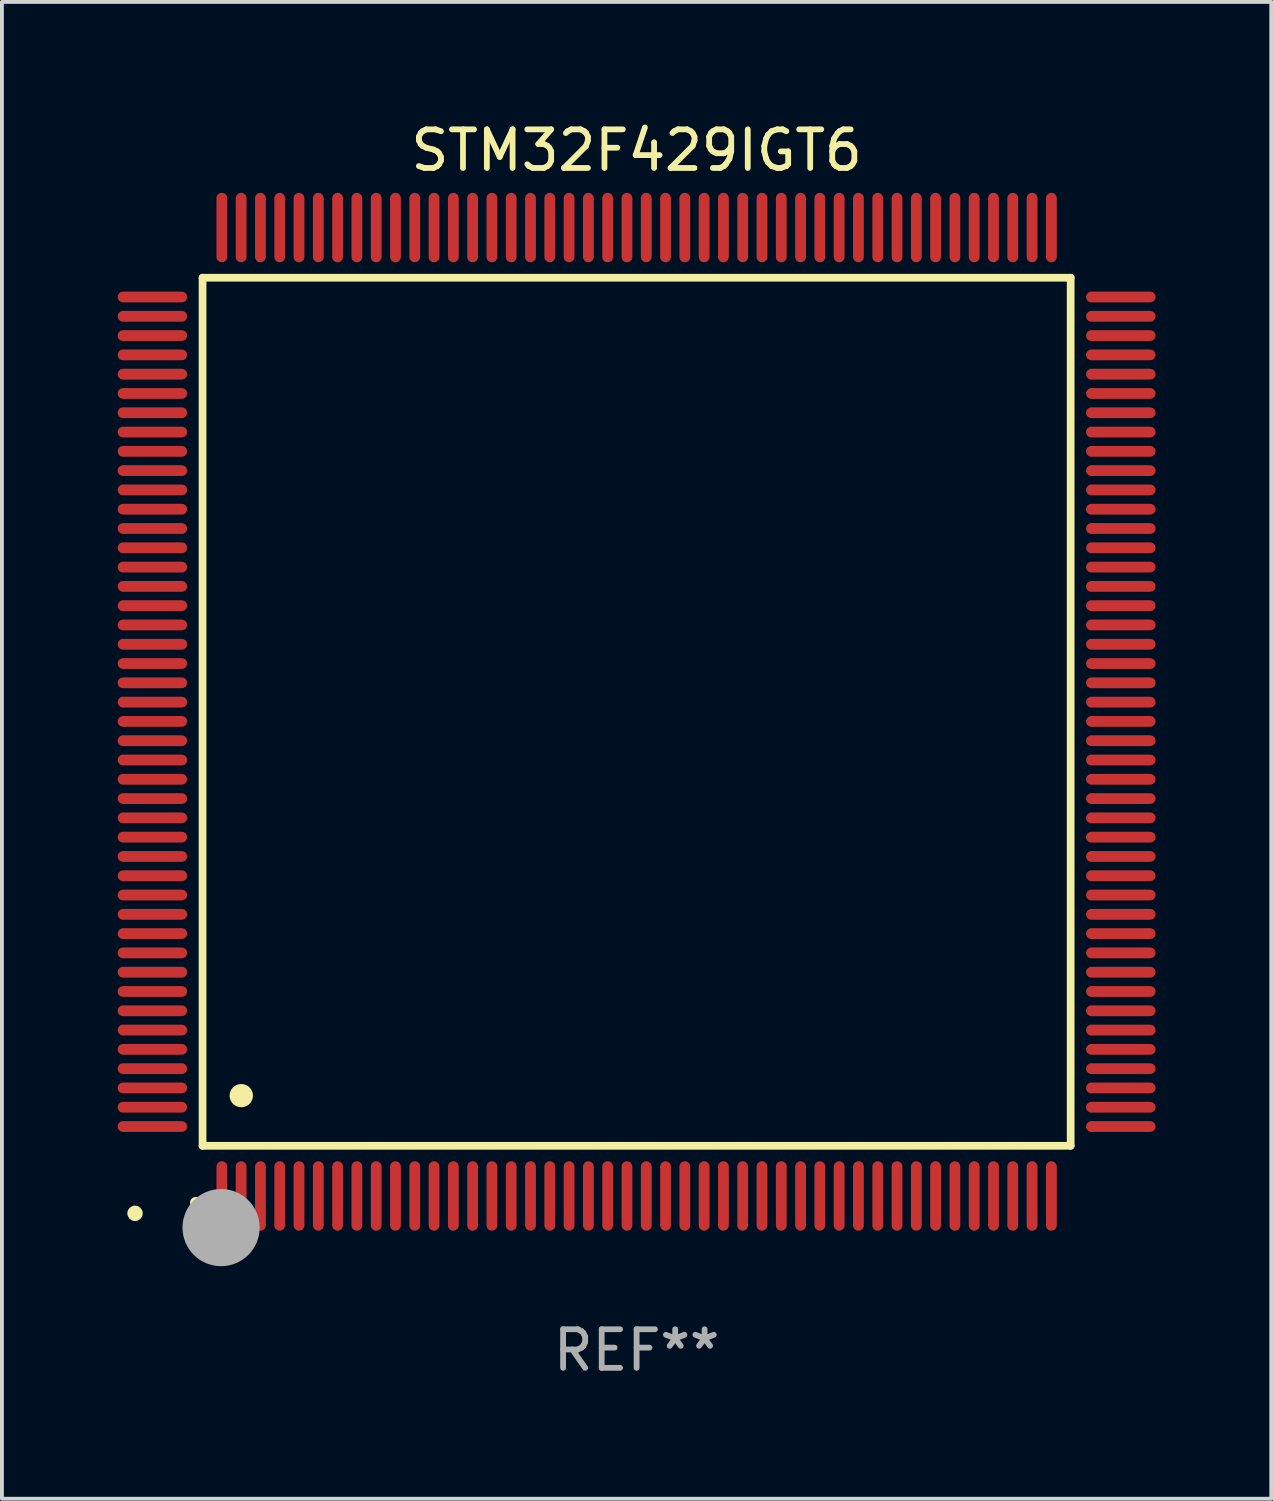
<source format=kicad_pcb>
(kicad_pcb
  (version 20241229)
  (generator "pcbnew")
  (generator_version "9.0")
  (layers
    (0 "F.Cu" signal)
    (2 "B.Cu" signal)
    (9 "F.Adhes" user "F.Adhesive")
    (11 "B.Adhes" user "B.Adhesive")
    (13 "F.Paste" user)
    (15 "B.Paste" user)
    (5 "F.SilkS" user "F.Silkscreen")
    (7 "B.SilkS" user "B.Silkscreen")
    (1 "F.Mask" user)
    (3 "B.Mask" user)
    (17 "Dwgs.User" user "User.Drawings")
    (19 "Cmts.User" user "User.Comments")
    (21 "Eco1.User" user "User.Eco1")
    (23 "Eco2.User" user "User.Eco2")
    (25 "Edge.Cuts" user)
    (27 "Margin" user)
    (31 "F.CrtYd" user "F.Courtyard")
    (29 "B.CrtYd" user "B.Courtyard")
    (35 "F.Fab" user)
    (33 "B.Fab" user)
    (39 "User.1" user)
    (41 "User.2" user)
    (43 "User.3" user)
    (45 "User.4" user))
  (footprint "STM32F429IGT6"
    (layer "F.Cu")
    (at 13.45 15.398)
    (property "Reference" "STM32F429IGT6" (at 0 -14.55 0) (layer "F.SilkS") (effects (font (size 1 1) (thickness 0.15))))
    (attr through_hole)
    (fp_line (start -11.25 -11.25) (end 11.25 -11.25) (stroke (width 0.2) (type solid)) (layer "F.SilkS"))
    (fp_line (start -11.25 11.25) (end -11.25 -11.25) (stroke (width 0.2) (type solid)) (layer "F.SilkS"))
    (fp_line (start 11.25 -11.25) (end 11.25 11.25) (stroke (width 0.2) (type solid)) (layer "F.SilkS"))
    (fp_line (start 11.25 11.25) (end -11.25 11.25) (stroke (width 0.2) (type solid)) (layer "F.SilkS"))
    (fp_arc (start -11.424943 12.725425) (mid -11.423673 12.72542) (end -11.422403 12.725425) (stroke (width 0.3) (type solid)) (layer "F.SilkS"))
    (fp_arc (start -10.24892 9.9492) (mid -10.24638 9.949189) (end -10.24384 9.9492) (stroke (width 0.6) (type solid)) (layer "F.SilkS"))
    (fp_circle (center -13 13) (end -12.9 13) (stroke (width 0.2) (type solid)) (fill no) (layer "F.SilkS"))
    (fp_circle (center -10.77 13.37) (end -10.27 13.37) (stroke (width 1) (type solid)) (fill no) (layer "F.Fab"))
    (fp_text user "REF**" (at 0 16.55 0) (layer "F.Fab") (effects (font (size 1 1) (thickness 0.15))))
    (pad "1" smd oval (at -10.75 12.55) (size 0.28 1.8) (layers "F.Cu" "F.Mask" "F.Paste"))
    (pad "2" smd oval (at -10.25 12.55) (size 0.28 1.8) (layers "F.Cu" "F.Mask" "F.Paste"))
    (pad "3" smd oval (at -9.75 12.55) (size 0.28 1.8) (layers "F.Cu" "F.Mask" "F.Paste"))
    (pad "4" smd oval (at -9.25 12.55) (size 0.28 1.8) (layers "F.Cu" "F.Mask" "F.Paste"))
    (pad "5" smd oval (at -8.75 12.55) (size 0.28 1.8) (layers "F.Cu" "F.Mask" "F.Paste"))
    (pad "6" smd oval (at -8.25 12.55) (size 0.28 1.8) (layers "F.Cu" "F.Mask" "F.Paste"))
    (pad "7" smd oval (at -7.75 12.55) (size 0.28 1.8) (layers "F.Cu" "F.Mask" "F.Paste"))
    (pad "8" smd oval (at -7.25 12.55) (size 0.28 1.8) (layers "F.Cu" "F.Mask" "F.Paste"))
    (pad "9" smd oval (at -6.75 12.55) (size 0.28 1.8) (layers "F.Cu" "F.Mask" "F.Paste"))
    (pad "10" smd oval (at -6.25 12.55) (size 0.28 1.8) (layers "F.Cu" "F.Mask" "F.Paste"))
    (pad "11" smd oval (at -5.75 12.55) (size 0.28 1.8) (layers "F.Cu" "F.Mask" "F.Paste"))
    (pad "12" smd oval (at -5.25 12.55) (size 0.28 1.8) (layers "F.Cu" "F.Mask" "F.Paste"))
    (pad "13" smd oval (at -4.75 12.55) (size 0.28 1.8) (layers "F.Cu" "F.Mask" "F.Paste"))
    (pad "14" smd oval (at -4.25 12.55) (size 0.28 1.8) (layers "F.Cu" "F.Mask" "F.Paste"))
    (pad "15" smd oval (at -3.75 12.55) (size 0.28 1.8) (layers "F.Cu" "F.Mask" "F.Paste"))
    (pad "16" smd oval (at -3.25 12.55) (size 0.28 1.8) (layers "F.Cu" "F.Mask" "F.Paste"))
    (pad "17" smd oval (at -2.75 12.55) (size 0.28 1.8) (layers "F.Cu" "F.Mask" "F.Paste"))
    (pad "18" smd oval (at -2.25 12.55) (size 0.28 1.8) (layers "F.Cu" "F.Mask" "F.Paste"))
    (pad "19" smd oval (at -1.75 12.55) (size 0.28 1.8) (layers "F.Cu" "F.Mask" "F.Paste"))
    (pad "20" smd oval (at -1.25 12.55) (size 0.28 1.8) (layers "F.Cu" "F.Mask" "F.Paste"))
    (pad "21" smd oval (at -0.75 12.55) (size 0.28 1.8) (layers "F.Cu" "F.Mask" "F.Paste"))
    (pad "22" smd oval (at -0.25 12.55) (size 0.28 1.8) (layers "F.Cu" "F.Mask" "F.Paste"))
    (pad "23" smd oval (at 0.25 12.55) (size 0.28 1.8) (layers "F.Cu" "F.Mask" "F.Paste"))
    (pad "24" smd oval (at 0.75 12.55) (size 0.28 1.8) (layers "F.Cu" "F.Mask" "F.Paste"))
    (pad "25" smd oval (at 1.25 12.55) (size 0.28 1.8) (layers "F.Cu" "F.Mask" "F.Paste"))
    (pad "26" smd oval (at 1.75 12.55) (size 0.28 1.8) (layers "F.Cu" "F.Mask" "F.Paste"))
    (pad "27" smd oval (at 2.25 12.55) (size 0.28 1.8) (layers "F.Cu" "F.Mask" "F.Paste"))
    (pad "28" smd oval (at 2.75 12.55) (size 0.28 1.8) (layers "F.Cu" "F.Mask" "F.Paste"))
    (pad "29" smd oval (at 3.25 12.55) (size 0.28 1.8) (layers "F.Cu" "F.Mask" "F.Paste"))
    (pad "30" smd oval (at 3.75 12.55) (size 0.28 1.8) (layers "F.Cu" "F.Mask" "F.Paste"))
    (pad "31" smd oval (at 4.25 12.55) (size 0.28 1.8) (layers "F.Cu" "F.Mask" "F.Paste"))
    (pad "32" smd oval (at 4.75 12.55) (size 0.28 1.8) (layers "F.Cu" "F.Mask" "F.Paste"))
    (pad "33" smd oval (at 5.25 12.55) (size 0.28 1.8) (layers "F.Cu" "F.Mask" "F.Paste"))
    (pad "34" smd oval (at 5.75 12.55) (size 0.28 1.8) (layers "F.Cu" "F.Mask" "F.Paste"))
    (pad "35" smd oval (at 6.25 12.55) (size 0.28 1.8) (layers "F.Cu" "F.Mask" "F.Paste"))
    (pad "36" smd oval (at 6.75 12.55) (size 0.28 1.8) (layers "F.Cu" "F.Mask" "F.Paste"))
    (pad "37" smd oval (at 7.25 12.55) (size 0.28 1.8) (layers "F.Cu" "F.Mask" "F.Paste"))
    (pad "38" smd oval (at 7.75 12.55) (size 0.28 1.8) (layers "F.Cu" "F.Mask" "F.Paste"))
    (pad "39" smd oval (at 8.25 12.55) (size 0.28 1.8) (layers "F.Cu" "F.Mask" "F.Paste"))
    (pad "40" smd oval (at 8.75 12.55) (size 0.28 1.8) (layers "F.Cu" "F.Mask" "F.Paste"))
    (pad "41" smd oval (at 9.25 12.55) (size 0.28 1.8) (layers "F.Cu" "F.Mask" "F.Paste"))
    (pad "42" smd oval (at 9.75 12.55) (size 0.28 1.8) (layers "F.Cu" "F.Mask" "F.Paste"))
    (pad "43" smd oval (at 10.25 12.55) (size 0.28 1.8) (layers "F.Cu" "F.Mask" "F.Paste"))
    (pad "44" smd oval (at 10.75 12.55) (size 0.28 1.8) (layers "F.Cu" "F.Mask" "F.Paste"))
    (pad "45" smd oval (at 12.55 10.75) (size 1.8 0.28) (layers "F.Cu" "F.Mask" "F.Paste"))
    (pad "46" smd oval (at 12.55 10.25) (size 1.8 0.28) (layers "F.Cu" "F.Mask" "F.Paste"))
    (pad "47" smd oval (at 12.55 9.75) (size 1.8 0.28) (layers "F.Cu" "F.Mask" "F.Paste"))
    (pad "48" smd oval (at 12.55 9.25) (size 1.8 0.28) (layers "F.Cu" "F.Mask" "F.Paste"))
    (pad "49" smd oval (at 12.55 8.75) (size 1.8 0.28) (layers "F.Cu" "F.Mask" "F.Paste"))
    (pad "50" smd oval (at 12.55 8.25) (size 1.8 0.28) (layers "F.Cu" "F.Mask" "F.Paste"))
    (pad "51" smd oval (at 12.55 7.75) (size 1.8 0.28) (layers "F.Cu" "F.Mask" "F.Paste"))
    (pad "52" smd oval (at 12.55 7.25) (size 1.8 0.28) (layers "F.Cu" "F.Mask" "F.Paste"))
    (pad "53" smd oval (at 12.55 6.75) (size 1.8 0.28) (layers "F.Cu" "F.Mask" "F.Paste"))
    (pad "54" smd oval (at 12.55 6.25) (size 1.8 0.28) (layers "F.Cu" "F.Mask" "F.Paste"))
    (pad "55" smd oval (at 12.55 5.75) (size 1.8 0.28) (layers "F.Cu" "F.Mask" "F.Paste"))
    (pad "56" smd oval (at 12.55 5.25) (size 1.8 0.28) (layers "F.Cu" "F.Mask" "F.Paste"))
    (pad "57" smd oval (at 12.55 4.75) (size 1.8 0.28) (layers "F.Cu" "F.Mask" "F.Paste"))
    (pad "58" smd oval (at 12.55 4.25) (size 1.8 0.28) (layers "F.Cu" "F.Mask" "F.Paste"))
    (pad "59" smd oval (at 12.55 3.75) (size 1.8 0.28) (layers "F.Cu" "F.Mask" "F.Paste"))
    (pad "60" smd oval (at 12.55 3.25) (size 1.8 0.28) (layers "F.Cu" "F.Mask" "F.Paste"))
    (pad "61" smd oval (at 12.55 2.75) (size 1.8 0.28) (layers "F.Cu" "F.Mask" "F.Paste"))
    (pad "62" smd oval (at 12.55 2.25) (size 1.8 0.28) (layers "F.Cu" "F.Mask" "F.Paste"))
    (pad "63" smd oval (at 12.55 1.75) (size 1.8 0.28) (layers "F.Cu" "F.Mask" "F.Paste"))
    (pad "64" smd oval (at 12.55 1.25) (size 1.8 0.28) (layers "F.Cu" "F.Mask" "F.Paste"))
    (pad "65" smd oval (at 12.55 0.75) (size 1.8 0.28) (layers "F.Cu" "F.Mask" "F.Paste"))
    (pad "66" smd oval (at 12.55 0.25) (size 1.8 0.28) (layers "F.Cu" "F.Mask" "F.Paste"))
    (pad "67" smd oval (at 12.55 -0.25) (size 1.8 0.28) (layers "F.Cu" "F.Mask" "F.Paste"))
    (pad "68" smd oval (at 12.55 -0.75) (size 1.8 0.28) (layers "F.Cu" "F.Mask" "F.Paste"))
    (pad "69" smd oval (at 12.55 -1.25) (size 1.8 0.28) (layers "F.Cu" "F.Mask" "F.Paste"))
    (pad "70" smd oval (at 12.55 -1.75) (size 1.8 0.28) (layers "F.Cu" "F.Mask" "F.Paste"))
    (pad "71" smd oval (at 12.55 -2.25) (size 1.8 0.28) (layers "F.Cu" "F.Mask" "F.Paste"))
    (pad "72" smd oval (at 12.55 -2.75) (size 1.8 0.28) (layers "F.Cu" "F.Mask" "F.Paste"))
    (pad "73" smd oval (at 12.55 -3.25) (size 1.8 0.28) (layers "F.Cu" "F.Mask" "F.Paste"))
    (pad "74" smd oval (at 12.55 -3.75) (size 1.8 0.28) (layers "F.Cu" "F.Mask" "F.Paste"))
    (pad "75" smd oval (at 12.55 -4.25) (size 1.8 0.28) (layers "F.Cu" "F.Mask" "F.Paste"))
    (pad "76" smd oval (at 12.55 -4.75) (size 1.8 0.28) (layers "F.Cu" "F.Mask" "F.Paste"))
    (pad "77" smd oval (at 12.55 -5.25) (size 1.8 0.28) (layers "F.Cu" "F.Mask" "F.Paste"))
    (pad "78" smd oval (at 12.55 -5.75) (size 1.8 0.28) (layers "F.Cu" "F.Mask" "F.Paste"))
    (pad "79" smd oval (at 12.55 -6.25) (size 1.8 0.28) (layers "F.Cu" "F.Mask" "F.Paste"))
    (pad "80" smd oval (at 12.55 -6.75) (size 1.8 0.28) (layers "F.Cu" "F.Mask" "F.Paste"))
    (pad "81" smd oval (at 12.55 -7.25) (size 1.8 0.28) (layers "F.Cu" "F.Mask" "F.Paste"))
    (pad "82" smd oval (at 12.55 -7.75) (size 1.8 0.28) (layers "F.Cu" "F.Mask" "F.Paste"))
    (pad "83" smd oval (at 12.55 -8.25) (size 1.8 0.28) (layers "F.Cu" "F.Mask" "F.Paste"))
    (pad "84" smd oval (at 12.55 -8.75) (size 1.8 0.28) (layers "F.Cu" "F.Mask" "F.Paste"))
    (pad "85" smd oval (at 12.55 -9.25) (size 1.8 0.28) (layers "F.Cu" "F.Mask" "F.Paste"))
    (pad "86" smd oval (at 12.55 -9.75) (size 1.8 0.28) (layers "F.Cu" "F.Mask" "F.Paste"))
    (pad "87" smd oval (at 12.55 -10.25) (size 1.8 0.28) (layers "F.Cu" "F.Mask" "F.Paste"))
    (pad "88" smd oval (at 12.55 -10.75) (size 1.8 0.28) (layers "F.Cu" "F.Mask" "F.Paste"))
    (pad "89" smd oval (at 10.75 -12.55) (size 0.28 1.8) (layers "F.Cu" "F.Mask" "F.Paste"))
    (pad "90" smd oval (at 10.25 -12.55) (size 0.28 1.8) (layers "F.Cu" "F.Mask" "F.Paste"))
    (pad "91" smd oval (at 9.75 -12.55) (size 0.28 1.8) (layers "F.Cu" "F.Mask" "F.Paste"))
    (pad "92" smd oval (at 9.25 -12.55) (size 0.28 1.8) (layers "F.Cu" "F.Mask" "F.Paste"))
    (pad "93" smd oval (at 8.75 -12.55) (size 0.28 1.8) (layers "F.Cu" "F.Mask" "F.Paste"))
    (pad "94" smd oval (at 8.25 -12.55) (size 0.28 1.8) (layers "F.Cu" "F.Mask" "F.Paste"))
    (pad "95" smd oval (at 7.75 -12.55) (size 0.28 1.8) (layers "F.Cu" "F.Mask" "F.Paste"))
    (pad "96" smd oval (at 7.25 -12.55) (size 0.28 1.8) (layers "F.Cu" "F.Mask" "F.Paste"))
    (pad "97" smd oval (at 6.75 -12.55) (size 0.28 1.8) (layers "F.Cu" "F.Mask" "F.Paste"))
    (pad "98" smd oval (at 6.25 -12.55) (size 0.28 1.8) (layers "F.Cu" "F.Mask" "F.Paste"))
    (pad "99" smd oval (at 5.75 -12.55) (size 0.28 1.8) (layers "F.Cu" "F.Mask" "F.Paste"))
    (pad "100" smd oval (at 5.25 -12.55) (size 0.28 1.8) (layers "F.Cu" "F.Mask" "F.Paste"))
    (pad "101" smd oval (at 4.75 -12.55) (size 0.28 1.8) (layers "F.Cu" "F.Mask" "F.Paste"))
    (pad "102" smd oval (at 4.25 -12.55) (size 0.28 1.8) (layers "F.Cu" "F.Mask" "F.Paste"))
    (pad "103" smd oval (at 3.75 -12.55) (size 0.28 1.8) (layers "F.Cu" "F.Mask" "F.Paste"))
    (pad "104" smd oval (at 3.25 -12.55) (size 0.28 1.8) (layers "F.Cu" "F.Mask" "F.Paste"))
    (pad "105" smd oval (at 2.75 -12.55) (size 0.28 1.8) (layers "F.Cu" "F.Mask" "F.Paste"))
    (pad "106" smd oval (at 2.25 -12.55) (size 0.28 1.8) (layers "F.Cu" "F.Mask" "F.Paste"))
    (pad "107" smd oval (at 1.75 -12.55) (size 0.28 1.8) (layers "F.Cu" "F.Mask" "F.Paste"))
    (pad "108" smd oval (at 1.25 -12.55) (size 0.28 1.8) (layers "F.Cu" "F.Mask" "F.Paste"))
    (pad "109" smd oval (at 0.75 -12.55) (size 0.28 1.8) (layers "F.Cu" "F.Mask" "F.Paste"))
    (pad "110" smd oval (at 0.25 -12.55) (size 0.28 1.8) (layers "F.Cu" "F.Mask" "F.Paste"))
    (pad "111" smd oval (at -0.25 -12.55) (size 0.28 1.8) (layers "F.Cu" "F.Mask" "F.Paste"))
    (pad "112" smd oval (at -0.75 -12.55) (size 0.28 1.8) (layers "F.Cu" "F.Mask" "F.Paste"))
    (pad "113" smd oval (at -1.25 -12.55) (size 0.28 1.8) (layers "F.Cu" "F.Mask" "F.Paste"))
    (pad "114" smd oval (at -1.75 -12.55) (size 0.28 1.8) (layers "F.Cu" "F.Mask" "F.Paste"))
    (pad "115" smd oval (at -2.25 -12.55) (size 0.28 1.8) (layers "F.Cu" "F.Mask" "F.Paste"))
    (pad "116" smd oval (at -2.75 -12.55) (size 0.28 1.8) (layers "F.Cu" "F.Mask" "F.Paste"))
    (pad "117" smd oval (at -3.25 -12.55) (size 0.28 1.8) (layers "F.Cu" "F.Mask" "F.Paste"))
    (pad "118" smd oval (at -3.75 -12.55) (size 0.28 1.8) (layers "F.Cu" "F.Mask" "F.Paste"))
    (pad "119" smd oval (at -4.25 -12.55) (size 0.28 1.8) (layers "F.Cu" "F.Mask" "F.Paste"))
    (pad "120" smd oval (at -4.75 -12.55) (size 0.28 1.8) (layers "F.Cu" "F.Mask" "F.Paste"))
    (pad "121" smd oval (at -5.25 -12.55) (size 0.28 1.8) (layers "F.Cu" "F.Mask" "F.Paste"))
    (pad "122" smd oval (at -5.75 -12.55) (size 0.28 1.8) (layers "F.Cu" "F.Mask" "F.Paste"))
    (pad "123" smd oval (at -6.25 -12.55) (size 0.28 1.8) (layers "F.Cu" "F.Mask" "F.Paste"))
    (pad "124" smd oval (at -6.75 -12.55) (size 0.28 1.8) (layers "F.Cu" "F.Mask" "F.Paste"))
    (pad "125" smd oval (at -7.25 -12.55) (size 0.28 1.8) (layers "F.Cu" "F.Mask" "F.Paste"))
    (pad "126" smd oval (at -7.75 -12.55) (size 0.28 1.8) (layers "F.Cu" "F.Mask" "F.Paste"))
    (pad "127" smd oval (at -8.25 -12.55) (size 0.28 1.8) (layers "F.Cu" "F.Mask" "F.Paste"))
    (pad "128" smd oval (at -8.75 -12.55) (size 0.28 1.8) (layers "F.Cu" "F.Mask" "F.Paste"))
    (pad "129" smd oval (at -9.25 -12.55) (size 0.28 1.8) (layers "F.Cu" "F.Mask" "F.Paste"))
    (pad "130" smd oval (at -9.75 -12.55) (size 0.28 1.8) (layers "F.Cu" "F.Mask" "F.Paste"))
    (pad "131" smd oval (at -10.25 -12.55) (size 0.28 1.8) (layers "F.Cu" "F.Mask" "F.Paste"))
    (pad "132" smd oval (at -10.75 -12.55) (size 0.28 1.8) (layers "F.Cu" "F.Mask" "F.Paste"))
    (pad "133" smd oval (at -12.55 -10.75) (size 1.8 0.28) (layers "F.Cu" "F.Mask" "F.Paste"))
    (pad "134" smd oval (at -12.55 -10.25) (size 1.8 0.28) (layers "F.Cu" "F.Mask" "F.Paste"))
    (pad "135" smd oval (at -12.55 -9.75) (size 1.8 0.28) (layers "F.Cu" "F.Mask" "F.Paste"))
    (pad "136" smd oval (at -12.55 -9.25) (size 1.8 0.28) (layers "F.Cu" "F.Mask" "F.Paste"))
    (pad "137" smd oval (at -12.55 -8.75) (size 1.8 0.28) (layers "F.Cu" "F.Mask" "F.Paste"))
    (pad "138" smd oval (at -12.55 -8.25) (size 1.8 0.28) (layers "F.Cu" "F.Mask" "F.Paste"))
    (pad "139" smd oval (at -12.55 -7.75) (size 1.8 0.28) (layers "F.Cu" "F.Mask" "F.Paste"))
    (pad "140" smd oval (at -12.55 -7.25) (size 1.8 0.28) (layers "F.Cu" "F.Mask" "F.Paste"))
    (pad "141" smd oval (at -12.55 -6.75) (size 1.8 0.28) (layers "F.Cu" "F.Mask" "F.Paste"))
    (pad "142" smd oval (at -12.55 -6.25) (size 1.8 0.28) (layers "F.Cu" "F.Mask" "F.Paste"))
    (pad "143" smd oval (at -12.55 -5.75) (size 1.8 0.28) (layers "F.Cu" "F.Mask" "F.Paste"))
    (pad "144" smd oval (at -12.55 -5.25) (size 1.8 0.28) (layers "F.Cu" "F.Mask" "F.Paste"))
    (pad "145" smd oval (at -12.55 -4.75) (size 1.8 0.28) (layers "F.Cu" "F.Mask" "F.Paste"))
    (pad "146" smd oval (at -12.55 -4.25) (size 1.8 0.28) (layers "F.Cu" "F.Mask" "F.Paste"))
    (pad "147" smd oval (at -12.55 -3.75) (size 1.8 0.28) (layers "F.Cu" "F.Mask" "F.Paste"))
    (pad "148" smd oval (at -12.55 -3.25) (size 1.8 0.28) (layers "F.Cu" "F.Mask" "F.Paste"))
    (pad "149" smd oval (at -12.55 -2.75) (size 1.8 0.28) (layers "F.Cu" "F.Mask" "F.Paste"))
    (pad "150" smd oval (at -12.55 -2.25) (size 1.8 0.28) (layers "F.Cu" "F.Mask" "F.Paste"))
    (pad "151" smd oval (at -12.55 -1.75) (size 1.8 0.28) (layers "F.Cu" "F.Mask" "F.Paste"))
    (pad "152" smd oval (at -12.55 -1.25) (size 1.8 0.28) (layers "F.Cu" "F.Mask" "F.Paste"))
    (pad "153" smd oval (at -12.55 -0.75) (size 1.8 0.28) (layers "F.Cu" "F.Mask" "F.Paste"))
    (pad "154" smd oval (at -12.55 -0.25) (size 1.8 0.28) (layers "F.Cu" "F.Mask" "F.Paste"))
    (pad "155" smd oval (at -12.55 0.25) (size 1.8 0.28) (layers "F.Cu" "F.Mask" "F.Paste"))
    (pad "156" smd oval (at -12.55 0.75) (size 1.8 0.28) (layers "F.Cu" "F.Mask" "F.Paste"))
    (pad "157" smd oval (at -12.55 1.25) (size 1.8 0.28) (layers "F.Cu" "F.Mask" "F.Paste"))
    (pad "158" smd oval (at -12.55 1.75) (size 1.8 0.28) (layers "F.Cu" "F.Mask" "F.Paste"))
    (pad "159" smd oval (at -12.55 2.25) (size 1.8 0.28) (layers "F.Cu" "F.Mask" "F.Paste"))
    (pad "160" smd oval (at -12.55 2.75) (size 1.8 0.28) (layers "F.Cu" "F.Mask" "F.Paste"))
    (pad "161" smd oval (at -12.55 3.25) (size 1.8 0.28) (layers "F.Cu" "F.Mask" "F.Paste"))
    (pad "162" smd oval (at -12.55 3.75) (size 1.8 0.28) (layers "F.Cu" "F.Mask" "F.Paste"))
    (pad "163" smd oval (at -12.55 4.25) (size 1.8 0.28) (layers "F.Cu" "F.Mask" "F.Paste"))
    (pad "164" smd oval (at -12.55 4.75) (size 1.8 0.28) (layers "F.Cu" "F.Mask" "F.Paste"))
    (pad "165" smd oval (at -12.55 5.25) (size 1.8 0.28) (layers "F.Cu" "F.Mask" "F.Paste"))
    (pad "166" smd oval (at -12.55 5.75) (size 1.8 0.28) (layers "F.Cu" "F.Mask" "F.Paste"))
    (pad "167" smd oval (at -12.55 6.25) (size 1.8 0.28) (layers "F.Cu" "F.Mask" "F.Paste"))
    (pad "168" smd oval (at -12.55 6.75) (size 1.8 0.28) (layers "F.Cu" "F.Mask" "F.Paste"))
    (pad "169" smd oval (at -12.55 7.25) (size 1.8 0.28) (layers "F.Cu" "F.Mask" "F.Paste"))
    (pad "170" smd oval (at -12.55 7.75) (size 1.8 0.28) (layers "F.Cu" "F.Mask" "F.Paste"))
    (pad "171" smd oval (at -12.55 8.25) (size 1.8 0.28) (layers "F.Cu" "F.Mask" "F.Paste"))
    (pad "172" smd oval (at -12.55 8.75) (size 1.8 0.28) (layers "F.Cu" "F.Mask" "F.Paste"))
    (pad "173" smd oval (at -12.55 9.25) (size 1.8 0.28) (layers "F.Cu" "F.Mask" "F.Paste"))
    (pad "174" smd oval (at -12.55 9.75) (size 1.8 0.28) (layers "F.Cu" "F.Mask" "F.Paste"))
    (pad "175" smd oval (at -12.55 10.25) (size 1.8 0.28) (layers "F.Cu" "F.Mask" "F.Paste"))
    (pad "176" smd oval (at -12.55 10.75) (size 1.8 0.28) (layers "F.Cu" "F.Mask" "F.Paste")))
  (gr_rect
    (start -3 -3)
    (end 29.9 35.796)
    (stroke (width 0.1) (type default))
    (fill no)
    (layer "Edge.Cuts")))
</source>
